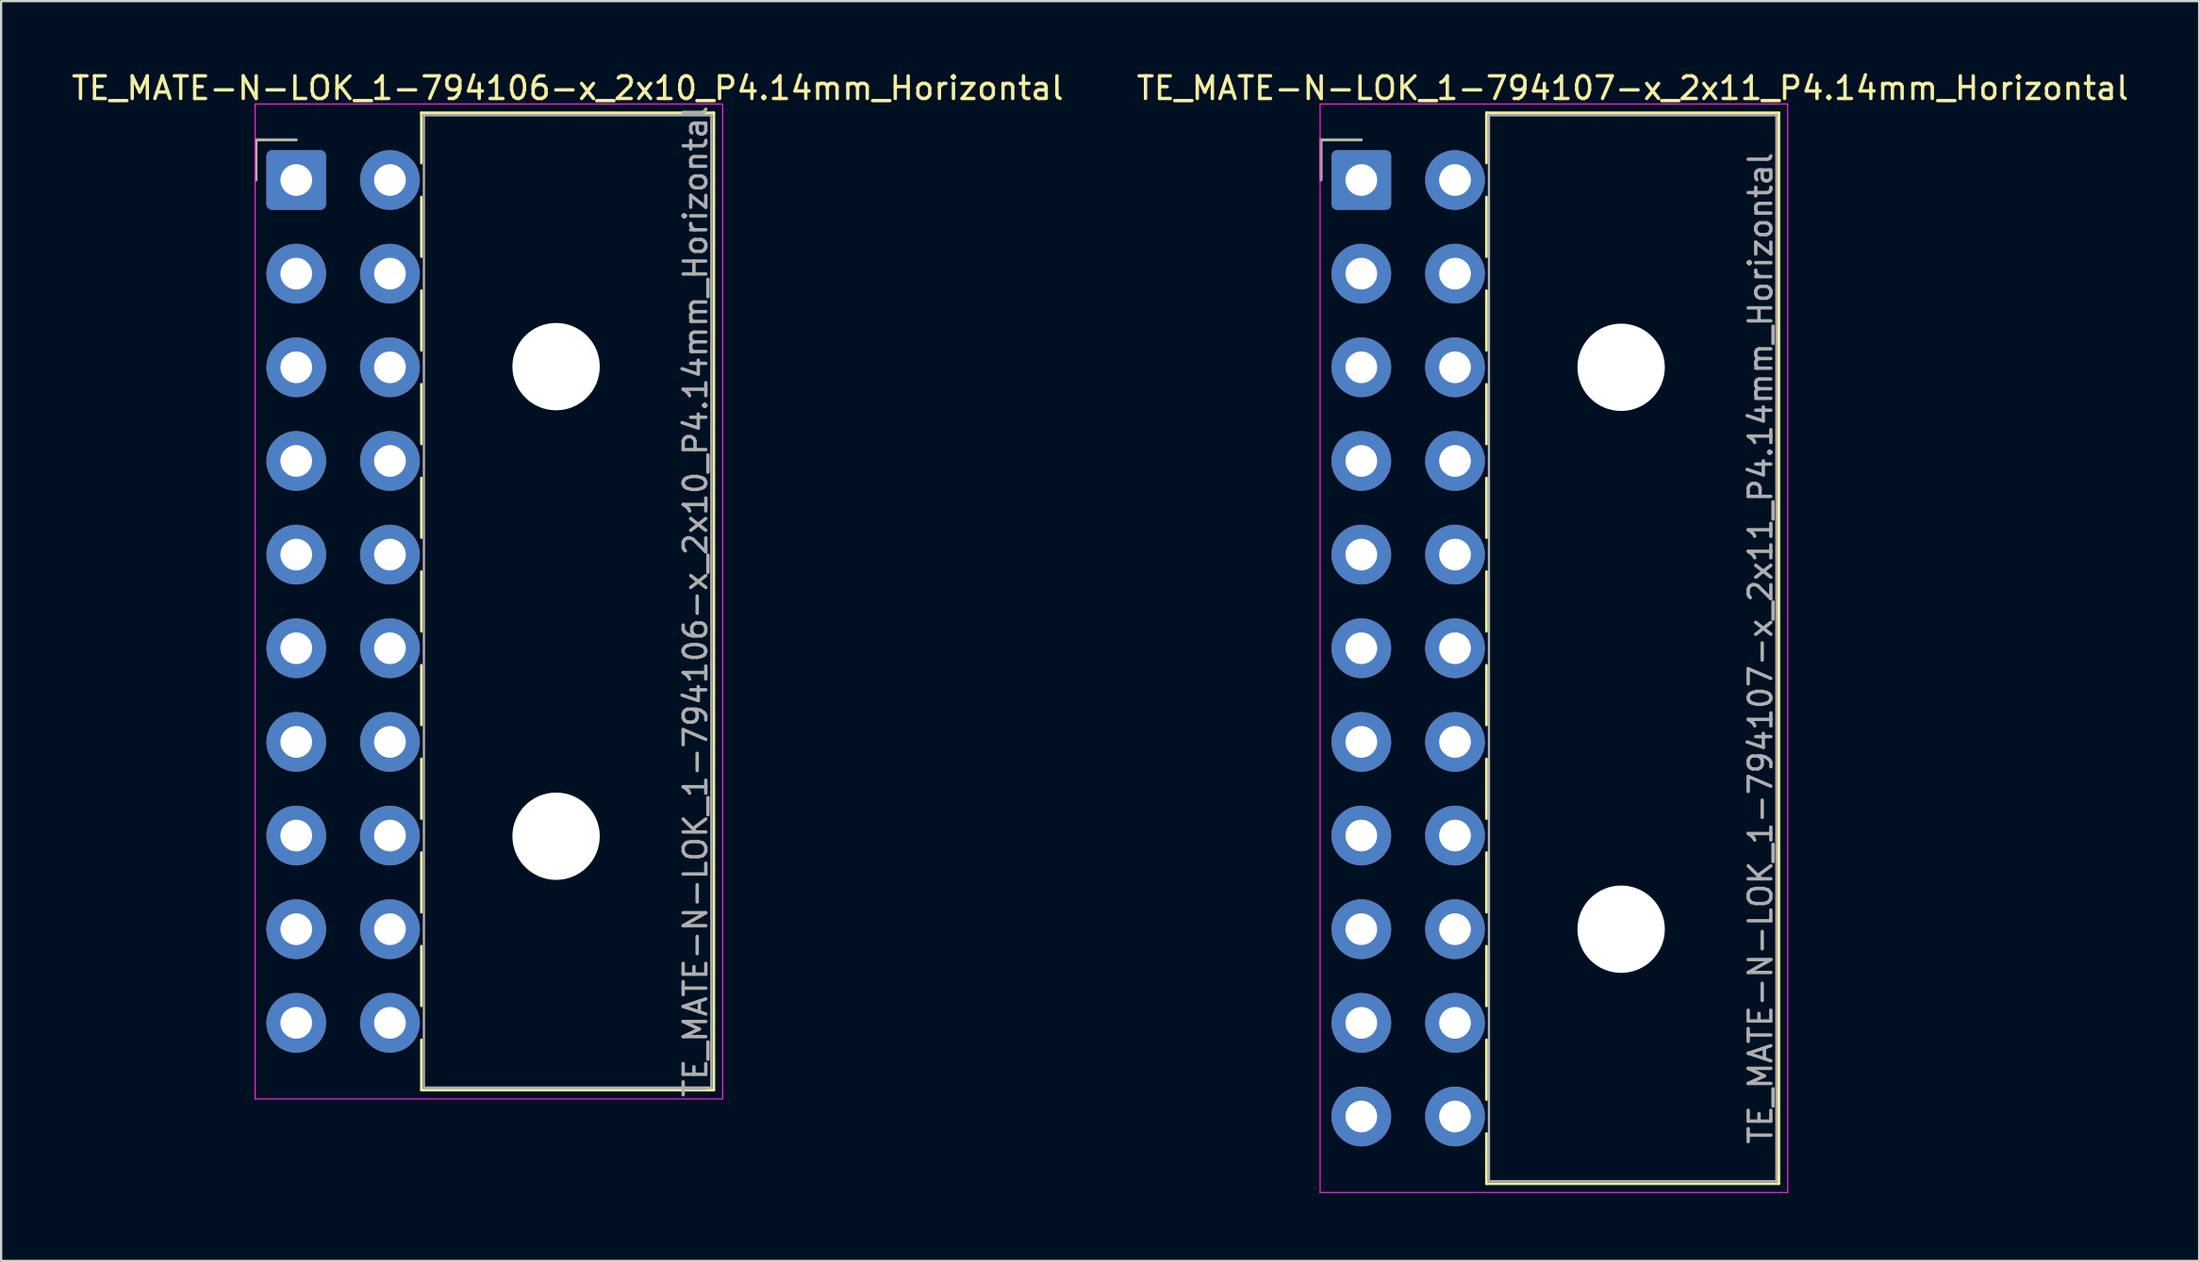
<source format=kicad_pcb>
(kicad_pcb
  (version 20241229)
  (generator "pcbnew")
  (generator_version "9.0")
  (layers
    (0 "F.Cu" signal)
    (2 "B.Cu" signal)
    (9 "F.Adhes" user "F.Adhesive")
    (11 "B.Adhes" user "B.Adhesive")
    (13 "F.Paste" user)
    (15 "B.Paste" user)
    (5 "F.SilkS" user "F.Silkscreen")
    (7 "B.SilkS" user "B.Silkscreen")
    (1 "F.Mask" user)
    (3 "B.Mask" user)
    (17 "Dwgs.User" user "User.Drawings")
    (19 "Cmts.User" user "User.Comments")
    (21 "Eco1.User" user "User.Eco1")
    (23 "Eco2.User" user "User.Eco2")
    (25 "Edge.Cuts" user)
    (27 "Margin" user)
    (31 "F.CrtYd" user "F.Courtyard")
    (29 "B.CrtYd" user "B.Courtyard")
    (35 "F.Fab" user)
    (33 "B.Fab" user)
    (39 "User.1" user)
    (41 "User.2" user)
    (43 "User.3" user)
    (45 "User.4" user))
  (footprint "TE_MATE-N-LOK_1-794107-x_2x11_P4.14mm_Horizontal"
    (layer "F.Cu")
    (at 57.099 4.908)
    (property "Reference" "TE_MATE-N-LOK_1-794107-x_2x11_P4.14mm_Horizontal" (at 11.99 -4.06 0) (layer "F.SilkS") (effects (font (size 1 1) (thickness 0.15))))
    (attr through_hole)
    (fp_line (start -1.78 -1.78) (end -1.78 0) (stroke (width 0.12) (type solid)) (layer "F.SilkS"))
    (fp_line (start 0 -1.78) (end -1.78 -1.78) (stroke (width 0.12) (type solid)) (layer "F.SilkS"))
    (fp_line (start 5.53 -2.97) (end 18.45 -2.97) (stroke (width 0.12) (type solid)) (layer "F.SilkS"))
    (fp_line (start 5.53 -0.751) (end 5.53 -2.97) (stroke (width 0.12) (type solid)) (layer "F.SilkS"))
    (fp_line (start 5.53 0.751) (end 5.53 3.389) (stroke (width 0.12) (type solid)) (layer "F.SilkS"))
    (fp_line (start 5.53 4.891) (end 5.53 7.529) (stroke (width 0.12) (type solid)) (layer "F.SilkS"))
    (fp_line (start 5.53 9.031) (end 5.53 11.669) (stroke (width 0.12) (type solid)) (layer "F.SilkS"))
    (fp_line (start 5.53 13.171) (end 5.53 15.809) (stroke (width 0.12) (type solid)) (layer "F.SilkS"))
    (fp_line (start 5.53 17.311) (end 5.53 19.949) (stroke (width 0.12) (type solid)) (layer "F.SilkS"))
    (fp_line (start 5.53 21.451) (end 5.53 24.089) (stroke (width 0.12) (type solid)) (layer "F.SilkS"))
    (fp_line (start 5.53 25.591) (end 5.53 28.229) (stroke (width 0.12) (type solid)) (layer "F.SilkS"))
    (fp_line (start 5.53 29.731) (end 5.53 32.369) (stroke (width 0.12) (type solid)) (layer "F.SilkS"))
    (fp_line (start 5.53 33.871) (end 5.53 36.509) (stroke (width 0.12) (type solid)) (layer "F.SilkS"))
    (fp_line (start 5.53 38.011) (end 5.53 40.649) (stroke (width 0.12) (type solid)) (layer "F.SilkS"))
    (fp_line (start 5.53 44.37) (end 5.53 42.151) (stroke (width 0.12) (type solid)) (layer "F.SilkS"))
    (fp_line (start 18.45 -2.97) (end 18.45 44.37) (stroke (width 0.12) (type solid)) (layer "F.SilkS"))
    (fp_line (start 18.45 44.37) (end 5.53 44.37) (stroke (width 0.12) (type solid)) (layer "F.SilkS"))
    (fp_line (start -1.82 -3.36) (end -1.82 44.76) (stroke (width 0.05) (type solid)) (layer "F.CrtYd"))
    (fp_line (start -1.82 44.76) (end 18.84 44.76) (stroke (width 0.05) (type solid)) (layer "F.CrtYd"))
    (fp_line (start 18.84 -3.36) (end -1.82 -3.36) (stroke (width 0.05) (type solid)) (layer "F.CrtYd"))
    (fp_line (start 18.84 44.76) (end 18.84 -3.36) (stroke (width 0.05) (type solid)) (layer "F.CrtYd"))
    (fp_line (start -1.78 -1.78) (end -1.78 0) (stroke (width 0.1) (type solid)) (layer "F.Fab"))
    (fp_line (start 0 -1.78) (end -1.78 -1.78) (stroke (width 0.1) (type solid)) (layer "F.Fab"))
    (fp_line (start 5.64 -2.86) (end 5.64 44.26) (stroke (width 0.1) (type solid)) (layer "F.Fab"))
    (fp_line (start 5.64 44.26) (end 18.34 44.26) (stroke (width 0.1) (type solid)) (layer "F.Fab"))
    (fp_line (start 18.34 -2.86) (end 5.64 -2.86) (stroke (width 0.1) (type solid)) (layer "F.Fab"))
    (fp_line (start 18.34 44.26) (end 18.34 -2.86) (stroke (width 0.1) (type solid)) (layer "F.Fab"))
    (fp_text user "${REFERENCE}" (at 17.64 20.7 90) (layer "F.Fab") (effects (font (size 1 1) (thickness 0.15))))
    (pad "" np_thru_hole circle (at 11.48 8.28) (size 3.86 3.86) (drill 3.86) (layers "*.Cu" "*.Mask"))
    (pad "" np_thru_hole circle (at 11.48 33.12) (size 3.86 3.86) (drill 3.86) (layers "*.Cu" "*.Mask"))
    (pad "1" thru_hole roundrect (at 0 0) (size 2.64 2.64) (drill 1.4) (layers "*.Cu" "*.Mask") (roundrect_rratio 0.095))
    (pad "2" thru_hole circle (at 0 4.14) (size 2.64 2.64) (drill 1.4) (layers "*.Cu" "*.Mask"))
    (pad "3" thru_hole circle (at 0 8.28) (size 2.64 2.64) (drill 1.4) (layers "*.Cu" "*.Mask"))
    (pad "4" thru_hole circle (at 0 12.42) (size 2.64 2.64) (drill 1.4) (layers "*.Cu" "*.Mask"))
    (pad "5" thru_hole circle (at 0 16.56) (size 2.64 2.64) (drill 1.4) (layers "*.Cu" "*.Mask"))
    (pad "6" thru_hole circle (at 0 20.7) (size 2.64 2.64) (drill 1.4) (layers "*.Cu" "*.Mask"))
    (pad "7" thru_hole circle (at 0 24.84) (size 2.64 2.64) (drill 1.4) (layers "*.Cu" "*.Mask"))
    (pad "8" thru_hole circle (at 0 28.98) (size 2.64 2.64) (drill 1.4) (layers "*.Cu" "*.Mask"))
    (pad "9" thru_hole circle (at 0 33.12) (size 2.64 2.64) (drill 1.4) (layers "*.Cu" "*.Mask"))
    (pad "10" thru_hole circle (at 0 37.26) (size 2.64 2.64) (drill 1.4) (layers "*.Cu" "*.Mask"))
    (pad "11" thru_hole circle (at 0 41.4) (size 2.64 2.64) (drill 1.4) (layers "*.Cu" "*.Mask"))
    (pad "12" thru_hole circle (at 4.14 0) (size 2.64 2.64) (drill 1.4) (layers "*.Cu" "*.Mask"))
    (pad "13" thru_hole circle (at 4.14 4.14) (size 2.64 2.64) (drill 1.4) (layers "*.Cu" "*.Mask"))
    (pad "14" thru_hole circle (at 4.14 8.28) (size 2.64 2.64) (drill 1.4) (layers "*.Cu" "*.Mask"))
    (pad "15" thru_hole circle (at 4.14 12.42) (size 2.64 2.64) (drill 1.4) (layers "*.Cu" "*.Mask"))
    (pad "16" thru_hole circle (at 4.14 16.56) (size 2.64 2.64) (drill 1.4) (layers "*.Cu" "*.Mask"))
    (pad "17" thru_hole circle (at 4.14 20.7) (size 2.64 2.64) (drill 1.4) (layers "*.Cu" "*.Mask"))
    (pad "18" thru_hole circle (at 4.14 24.84) (size 2.64 2.64) (drill 1.4) (layers "*.Cu" "*.Mask"))
    (pad "19" thru_hole circle (at 4.14 28.98) (size 2.64 2.64) (drill 1.4) (layers "*.Cu" "*.Mask"))
    (pad "20" thru_hole circle (at 4.14 33.12) (size 2.64 2.64) (drill 1.4) (layers "*.Cu" "*.Mask"))
    (pad "21" thru_hole circle (at 4.14 37.26) (size 2.64 2.64) (drill 1.4) (layers "*.Cu" "*.Mask"))
    (pad "22" thru_hole circle (at 4.14 41.4) (size 2.64 2.64) (drill 1.4) (layers "*.Cu" "*.Mask")))
  (footprint "TE_MATE-N-LOK_1-794106-x_2x10_P4.14mm_Horizontal"
    (layer "F.Cu")
    (at 10.04 4.908)
    (property "Reference" "TE_MATE-N-LOK_1-794106-x_2x10_P4.14mm_Horizontal" (at 11.99 -4.06 0) (layer "F.SilkS") (effects (font (size 1 1) (thickness 0.15))))
    (attr through_hole)
    (fp_line (start -1.78 -1.78) (end -1.78 0) (stroke (width 0.12) (type solid)) (layer "F.SilkS"))
    (fp_line (start 0 -1.78) (end -1.78 -1.78) (stroke (width 0.12) (type solid)) (layer "F.SilkS"))
    (fp_line (start 5.53 -2.97) (end 18.45 -2.97) (stroke (width 0.12) (type solid)) (layer "F.SilkS"))
    (fp_line (start 5.53 -0.751) (end 5.53 -2.97) (stroke (width 0.12) (type solid)) (layer "F.SilkS"))
    (fp_line (start 5.53 0.751) (end 5.53 3.389) (stroke (width 0.12) (type solid)) (layer "F.SilkS"))
    (fp_line (start 5.53 4.891) (end 5.53 7.529) (stroke (width 0.12) (type solid)) (layer "F.SilkS"))
    (fp_line (start 5.53 9.031) (end 5.53 11.669) (stroke (width 0.12) (type solid)) (layer "F.SilkS"))
    (fp_line (start 5.53 13.171) (end 5.53 15.809) (stroke (width 0.12) (type solid)) (layer "F.SilkS"))
    (fp_line (start 5.53 17.311) (end 5.53 19.949) (stroke (width 0.12) (type solid)) (layer "F.SilkS"))
    (fp_line (start 5.53 21.451) (end 5.53 24.089) (stroke (width 0.12) (type solid)) (layer "F.SilkS"))
    (fp_line (start 5.53 25.591) (end 5.53 28.229) (stroke (width 0.12) (type solid)) (layer "F.SilkS"))
    (fp_line (start 5.53 29.731) (end 5.53 32.369) (stroke (width 0.12) (type solid)) (layer "F.SilkS"))
    (fp_line (start 5.53 33.871) (end 5.53 36.509) (stroke (width 0.12) (type solid)) (layer "F.SilkS"))
    (fp_line (start 5.53 40.23) (end 5.53 38.011) (stroke (width 0.12) (type solid)) (layer "F.SilkS"))
    (fp_line (start 18.45 -2.97) (end 18.45 40.23) (stroke (width 0.12) (type solid)) (layer "F.SilkS"))
    (fp_line (start 18.45 40.23) (end 5.53 40.23) (stroke (width 0.12) (type solid)) (layer "F.SilkS"))
    (fp_line (start -1.82 -3.36) (end -1.82 40.62) (stroke (width 0.05) (type solid)) (layer "F.CrtYd"))
    (fp_line (start -1.82 40.62) (end 18.84 40.62) (stroke (width 0.05) (type solid)) (layer "F.CrtYd"))
    (fp_line (start 18.84 -3.36) (end -1.82 -3.36) (stroke (width 0.05) (type solid)) (layer "F.CrtYd"))
    (fp_line (start 18.84 40.62) (end 18.84 -3.36) (stroke (width 0.05) (type solid)) (layer "F.CrtYd"))
    (fp_line (start -1.78 -1.78) (end -1.78 0) (stroke (width 0.1) (type solid)) (layer "F.Fab"))
    (fp_line (start 0 -1.78) (end -1.78 -1.78) (stroke (width 0.1) (type solid)) (layer "F.Fab"))
    (fp_line (start 5.64 -2.86) (end 5.64 40.12) (stroke (width 0.1) (type solid)) (layer "F.Fab"))
    (fp_line (start 5.64 40.12) (end 18.34 40.12) (stroke (width 0.1) (type solid)) (layer "F.Fab"))
    (fp_line (start 18.34 -2.86) (end 5.64 -2.86) (stroke (width 0.1) (type solid)) (layer "F.Fab"))
    (fp_line (start 18.34 40.12) (end 18.34 -2.86) (stroke (width 0.1) (type solid)) (layer "F.Fab"))
    (fp_text user "${REFERENCE}" (at 17.64 18.63 90) (layer "F.Fab") (effects (font (size 1 1) (thickness 0.15))))
    (pad "" np_thru_hole circle (at 11.48 8.25) (size 3.86 3.86) (drill 3.86) (layers "*.Cu" "*.Mask"))
    (pad "" np_thru_hole circle (at 11.48 29.01) (size 3.86 3.86) (drill 3.86) (layers "*.Cu" "*.Mask"))
    (pad "1" thru_hole roundrect (at 0 0) (size 2.64 2.64) (drill 1.4) (layers "*.Cu" "*.Mask") (roundrect_rratio 0.095))
    (pad "2" thru_hole circle (at 0 4.14) (size 2.64 2.64) (drill 1.4) (layers "*.Cu" "*.Mask"))
    (pad "3" thru_hole circle (at 0 8.28) (size 2.64 2.64) (drill 1.4) (layers "*.Cu" "*.Mask"))
    (pad "4" thru_hole circle (at 0 12.42) (size 2.64 2.64) (drill 1.4) (layers "*.Cu" "*.Mask"))
    (pad "5" thru_hole circle (at 0 16.56) (size 2.64 2.64) (drill 1.4) (layers "*.Cu" "*.Mask"))
    (pad "6" thru_hole circle (at 0 20.7) (size 2.64 2.64) (drill 1.4) (layers "*.Cu" "*.Mask"))
    (pad "7" thru_hole circle (at 0 24.84) (size 2.64 2.64) (drill 1.4) (layers "*.Cu" "*.Mask"))
    (pad "8" thru_hole circle (at 0 28.98) (size 2.64 2.64) (drill 1.4) (layers "*.Cu" "*.Mask"))
    (pad "9" thru_hole circle (at 0 33.12) (size 2.64 2.64) (drill 1.4) (layers "*.Cu" "*.Mask"))
    (pad "10" thru_hole circle (at 0 37.26) (size 2.64 2.64) (drill 1.4) (layers "*.Cu" "*.Mask"))
    (pad "11" thru_hole circle (at 4.14 0) (size 2.64 2.64) (drill 1.4) (layers "*.Cu" "*.Mask"))
    (pad "12" thru_hole circle (at 4.14 4.14) (size 2.64 2.64) (drill 1.4) (layers "*.Cu" "*.Mask"))
    (pad "13" thru_hole circle (at 4.14 8.28) (size 2.64 2.64) (drill 1.4) (layers "*.Cu" "*.Mask"))
    (pad "14" thru_hole circle (at 4.14 12.42) (size 2.64 2.64) (drill 1.4) (layers "*.Cu" "*.Mask"))
    (pad "15" thru_hole circle (at 4.14 16.56) (size 2.64 2.64) (drill 1.4) (layers "*.Cu" "*.Mask"))
    (pad "16" thru_hole circle (at 4.14 20.7) (size 2.64 2.64) (drill 1.4) (layers "*.Cu" "*.Mask"))
    (pad "17" thru_hole circle (at 4.14 24.84) (size 2.64 2.64) (drill 1.4) (layers "*.Cu" "*.Mask"))
    (pad "18" thru_hole circle (at 4.14 28.98) (size 2.64 2.64) (drill 1.4) (layers "*.Cu" "*.Mask"))
    (pad "19" thru_hole circle (at 4.14 33.12) (size 2.64 2.64) (drill 1.4) (layers "*.Cu" "*.Mask"))
    (pad "20" thru_hole circle (at 4.14 37.26) (size 2.64 2.64) (drill 1.4) (layers "*.Cu" "*.Mask")))
  (gr_rect
    (start -3 -3)
    (end 94.119 52.693)
    (stroke (width 0.1) (type default))
    (fill no)
    (layer "Edge.Cuts")))
</source>
